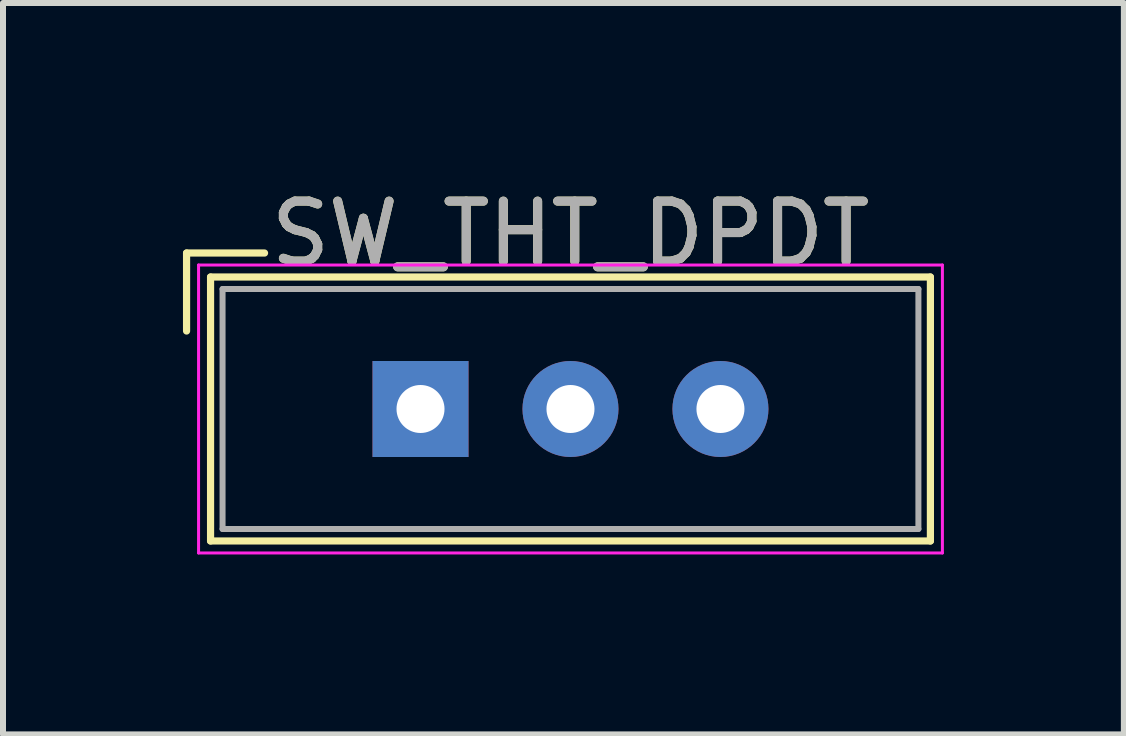
<source format=kicad_pcb>
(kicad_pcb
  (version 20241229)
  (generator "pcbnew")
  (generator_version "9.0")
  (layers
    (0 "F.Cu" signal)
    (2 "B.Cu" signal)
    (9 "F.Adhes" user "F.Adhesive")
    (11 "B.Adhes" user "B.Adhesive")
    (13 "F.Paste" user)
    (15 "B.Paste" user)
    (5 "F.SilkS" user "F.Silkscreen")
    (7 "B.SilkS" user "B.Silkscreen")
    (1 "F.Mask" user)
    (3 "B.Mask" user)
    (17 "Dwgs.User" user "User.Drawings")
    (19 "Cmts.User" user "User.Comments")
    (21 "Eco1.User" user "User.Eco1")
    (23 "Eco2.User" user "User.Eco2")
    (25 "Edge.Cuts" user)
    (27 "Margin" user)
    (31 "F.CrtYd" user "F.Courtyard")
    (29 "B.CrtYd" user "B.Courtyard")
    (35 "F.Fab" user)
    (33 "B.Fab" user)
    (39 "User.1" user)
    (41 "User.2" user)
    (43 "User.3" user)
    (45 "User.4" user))
  (footprint "SW_THT_DPDT"
    (layer "F.Cu")
    (at 6.46 3.768)
    (property "Reference" "SW_THT_DPDT" (at 0 -2.92 0) (layer "F.SilkS") (effects (font (size 1 1) (thickness 0.15))))
    (attr through_hole)
    (fp_line (start -6.4 -2.6) (end -6.4 -1.3) (stroke (width 0.12) (type solid)) (layer "F.SilkS"))
    (fp_line (start -6.4 -2.6) (end -5.1 -2.6) (stroke (width 0.12) (type solid)) (layer "F.SilkS"))
    (fp_line (start -6 -2.2) (end 6 -2.2) (stroke (width 0.12) (type solid)) (layer "F.SilkS"))
    (fp_line (start -6 2.2) (end -6 -2.2) (stroke (width 0.12) (type solid)) (layer "F.SilkS"))
    (fp_line (start 6 -2.2) (end 6 2.2) (stroke (width 0.12) (type solid)) (layer "F.SilkS"))
    (fp_line (start 6 2.2) (end -6 2.2) (stroke (width 0.12) (type solid)) (layer "F.SilkS"))
    (fp_line (start -6.2 -2.4) (end -6.2 2.4) (stroke (width 0.05) (type solid)) (layer "F.CrtYd"))
    (fp_line (start 6.2 -2.4) (end -6.2 -2.4) (stroke (width 0.05) (type solid)) (layer "F.CrtYd"))
    (fp_line (start 6.2 -2.4) (end 6.2 2.4) (stroke (width 0.05) (type solid)) (layer "F.CrtYd"))
    (fp_line (start 6.2 2.4) (end -6.2 2.4) (stroke (width 0.05) (type solid)) (layer "F.CrtYd"))
    (fp_line (start -5.8 -2) (end -5.8 2) (stroke (width 0.1) (type solid)) (layer "F.Fab"))
    (fp_line (start -5.8 -2) (end 5.8 -2) (stroke (width 0.1) (type solid)) (layer "F.Fab"))
    (fp_line (start -5.8 2) (end 5.8 2) (stroke (width 0.1) (type solid)) (layer "F.Fab"))
    (fp_line (start 5.8 -2) (end 5.8 2) (stroke (width 0.1) (type solid)) (layer "F.Fab"))
    (fp_text user "${REFERENCE}" (at 0 -2.92 0) (layer "F.Fab") (effects (font (size 1 1) (thickness 0.15))))
    (pad "1" thru_hole rect (at -2.5 0) (size 1.6 1.6) (drill 0.8) (layers "*.Cu" "*.Mask"))
    (pad "2" thru_hole circle (at 0 0) (size 1.6 1.6) (drill 0.8) (layers "*.Cu" "*.Mask"))
    (pad "3" thru_hole circle (at 2.5 0) (size 1.6 1.6) (drill 0.8) (layers "*.Cu" "*.Mask")))
  (gr_rect
    (start -3 -3)
    (end 15.685 9.193)
    (stroke (width 0.1) (type default))
    (fill no)
    (layer "Edge.Cuts")))
</source>
